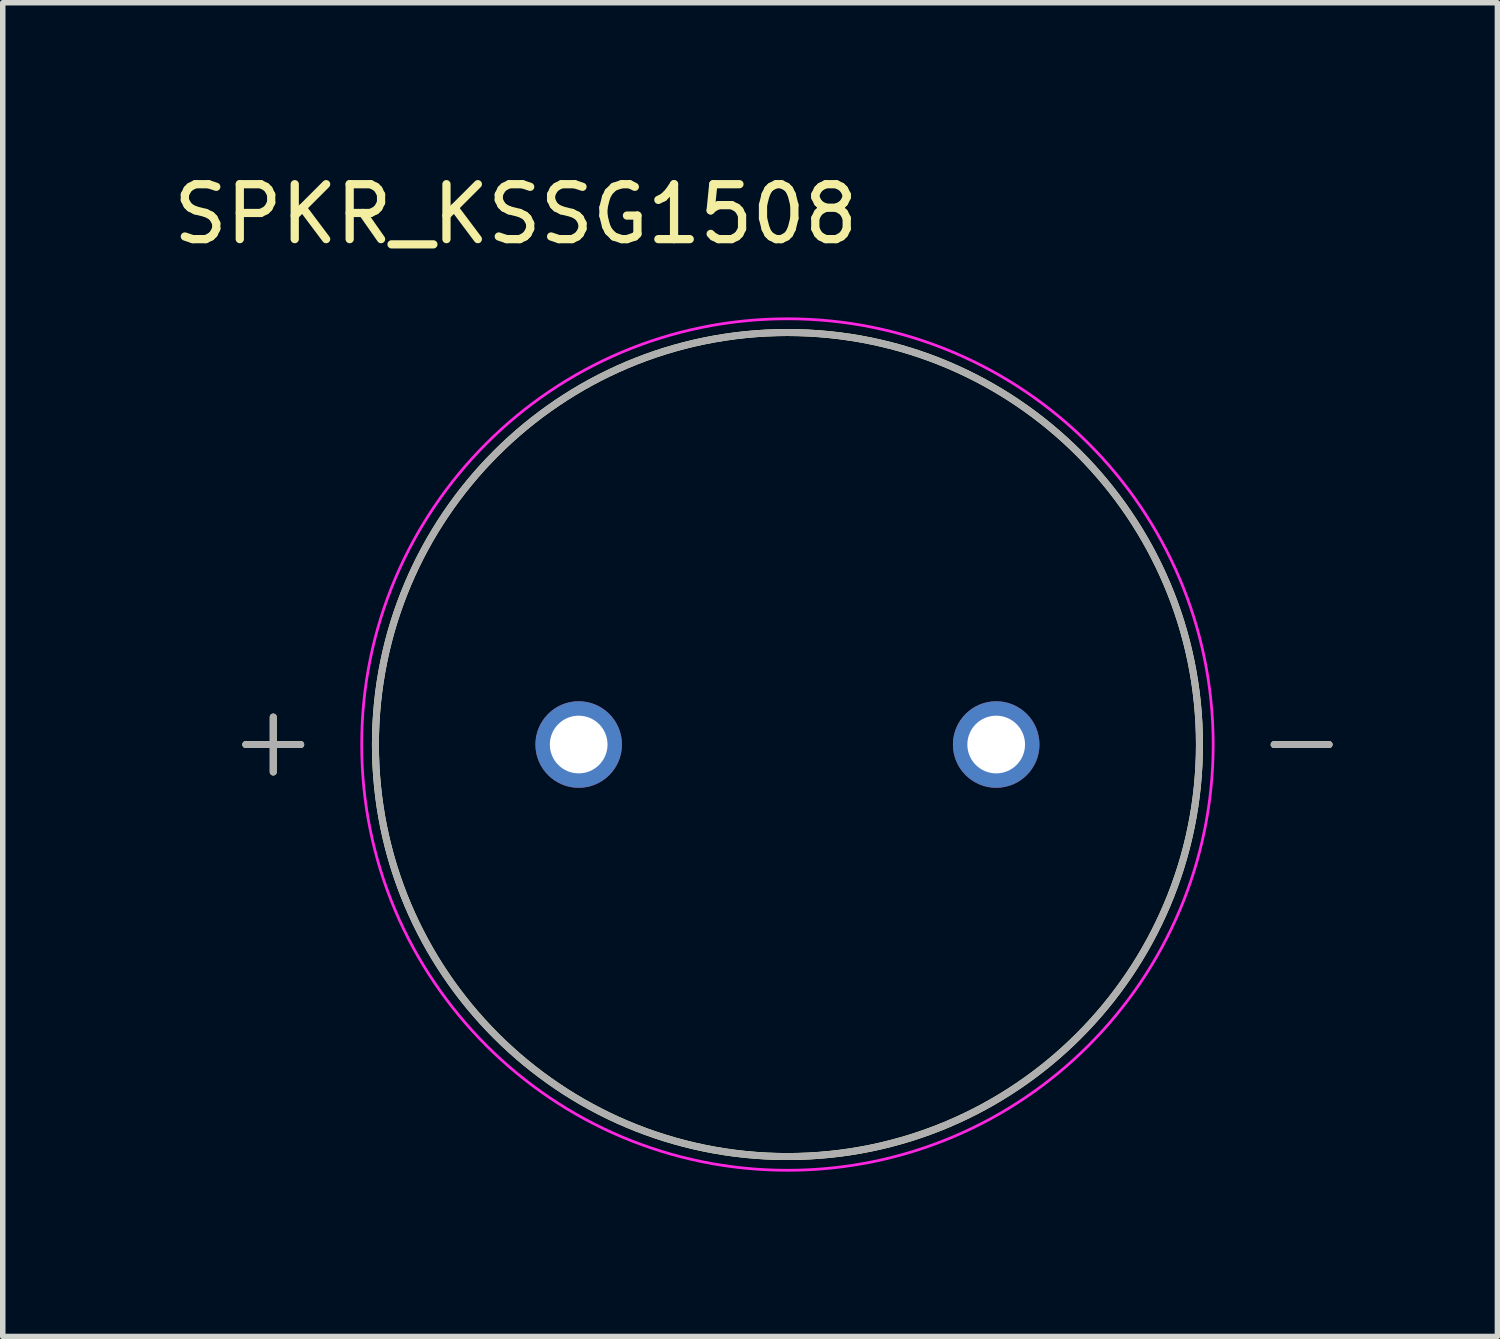
<source format=kicad_pcb>
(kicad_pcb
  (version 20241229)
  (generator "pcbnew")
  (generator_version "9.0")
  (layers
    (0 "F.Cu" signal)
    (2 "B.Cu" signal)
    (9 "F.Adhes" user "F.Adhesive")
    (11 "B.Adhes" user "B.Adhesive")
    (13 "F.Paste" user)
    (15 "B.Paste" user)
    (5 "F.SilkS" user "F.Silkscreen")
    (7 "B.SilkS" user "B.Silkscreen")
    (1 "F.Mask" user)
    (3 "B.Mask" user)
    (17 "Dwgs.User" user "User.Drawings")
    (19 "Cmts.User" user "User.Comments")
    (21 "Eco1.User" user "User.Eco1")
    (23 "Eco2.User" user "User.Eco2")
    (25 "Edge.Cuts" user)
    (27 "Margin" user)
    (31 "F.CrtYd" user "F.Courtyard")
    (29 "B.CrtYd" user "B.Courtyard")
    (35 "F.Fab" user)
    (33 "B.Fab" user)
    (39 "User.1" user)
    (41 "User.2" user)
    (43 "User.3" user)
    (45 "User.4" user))
  (footprint "SPKR_KSSG1508"
    (layer "F.Cu")
    (at 11.284 10.503)
    (property "Reference" "SPKR_KSSG1508" (at -4.945 -9.655 0) (layer "F.SilkS") (effects (font (size 1 1) (thickness 0.15))))
    (attr through_hole)
    (fp_line (start -9.86 0) (end -8.86 0) (stroke (width 0.127) (type solid)) (layer "F.SilkS"))
    (fp_line (start -9.36 -0.5) (end -9.36 0.5) (stroke (width 0.127) (type solid)) (layer "F.SilkS"))
    (fp_line (start 8.86 0) (end 9.86 0) (stroke (width 0.127) (type solid)) (layer "F.SilkS"))
    (fp_circle (center 0 0) (end 7.5 0) (stroke (width 0.127) (type solid)) (fill no) (layer "F.SilkS"))
    (fp_circle (center 0 0) (end 7.75 0) (stroke (width 0.05) (type solid)) (fill no) (layer "F.CrtYd"))
    (fp_line (start -9.86 0) (end -8.86 0) (stroke (width 0.127) (type solid)) (layer "F.Fab"))
    (fp_line (start -9.36 -0.5) (end -9.36 0.5) (stroke (width 0.127) (type solid)) (layer "F.Fab"))
    (fp_line (start 8.86 0) (end 9.86 0) (stroke (width 0.127) (type solid)) (layer "F.Fab"))
    (fp_circle (center 0 0) (end 7.5 0) (stroke (width 0.127) (type solid)) (fill no) (layer "F.Fab"))
    (pad "N" thru_hole circle (at 3.8 0) (size 1.575 1.575) (drill 1.05) (layers "*.Cu" "*.Mask"))
    (pad "P" thru_hole circle (at -3.8 0) (size 1.575 1.575) (drill 1.05) (layers "*.Cu" "*.Mask")))
  (gr_rect
    (start -3 -3)
    (end 24.208 21.278)
    (stroke (width 0.1) (type default))
    (fill no)
    (layer "Edge.Cuts")))
</source>
